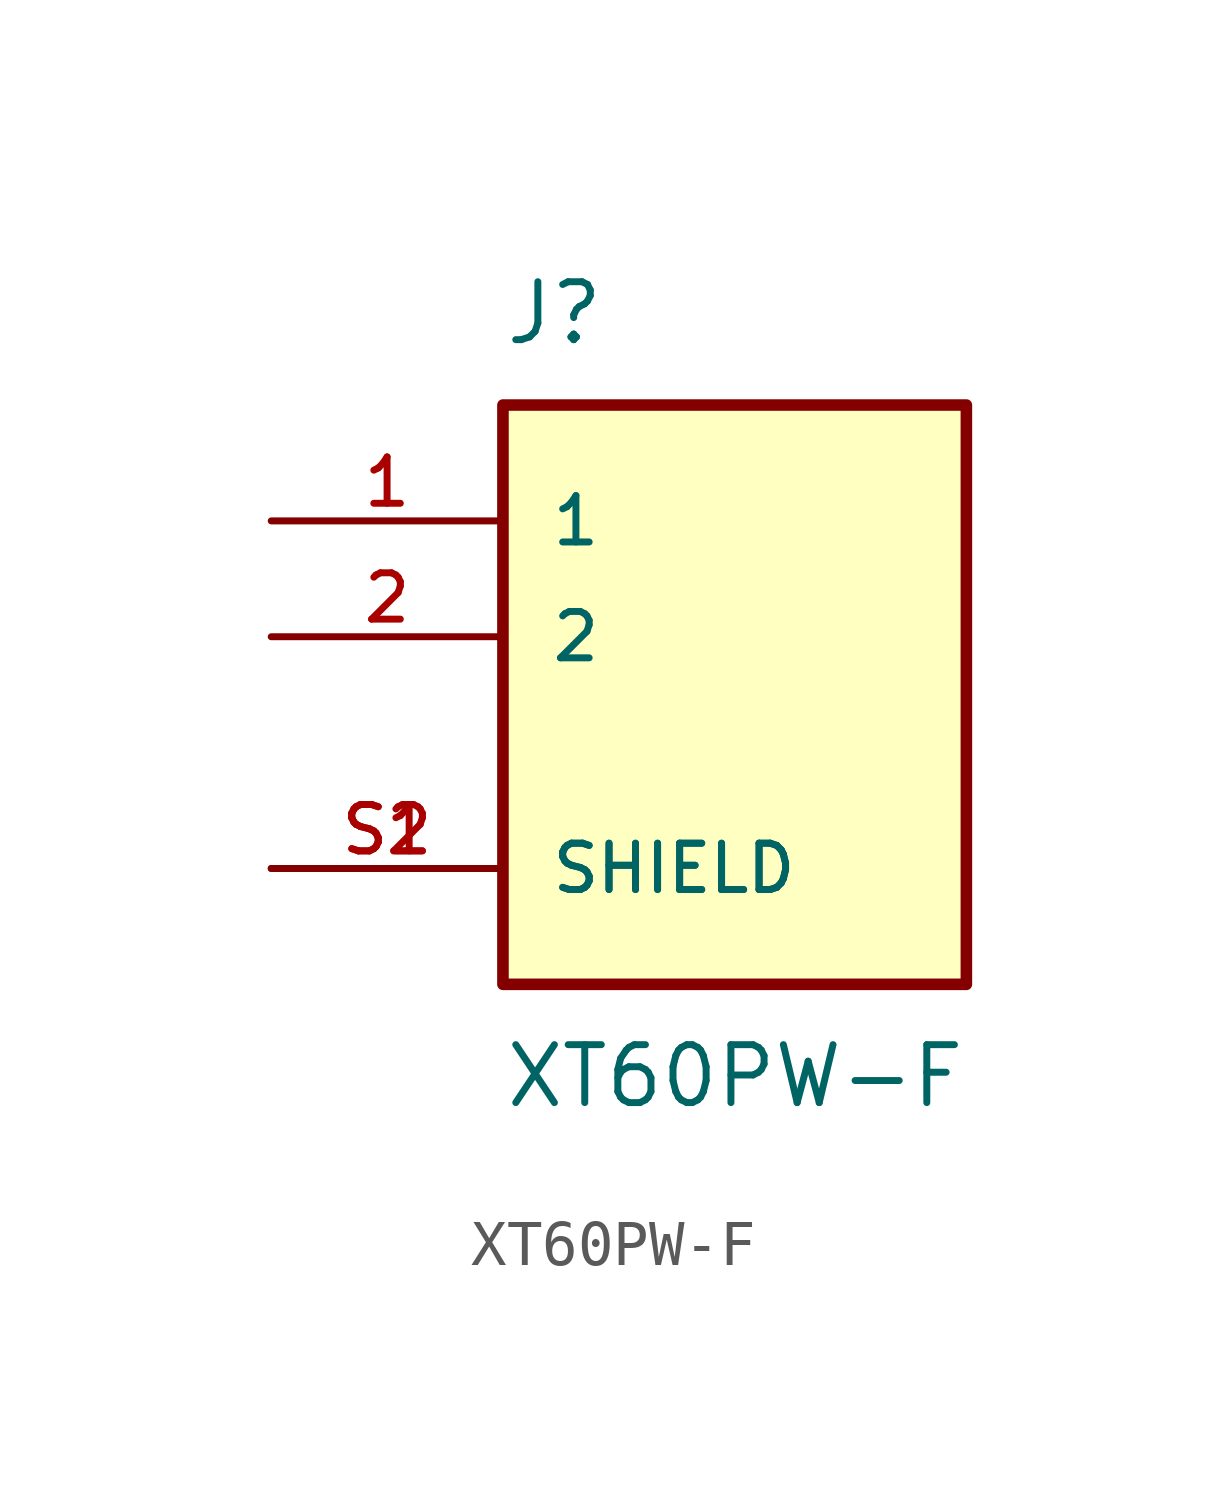
<source format=kicad_sym>
(kicad_symbol_lib
  (version 20211014)
  (generator kicad_symbol_editor)
  (symbol "XT60PW-F"
    (pin_names
      (offset 1.016))
    (property "Reference" "J"
      (at -5.08 6.35 0)
      (effects (font (size 1.27 1.27)) (justify bottom left)))
    (property "Value" "XT60PW-F"
      (at -5.08 -8.89 0)
      (effects (font (size 1.27 1.27)) (justify top left)))
    (symbol "XT60PW-F_0_0"
      (rectangle (start -5.08 -7.62) (end 5.08 5.08) (stroke (width 0.254)) (fill (type background)))
      (pin passive line (at -10.16 2.54 0) (length 5.08) (name "1" (effects (font (size 1.016 1.016)))) (number "1" (effects (font (size 1.016 1.016)))))
      (pin passive line (at -10.16 0.0 0) (length 5.08) (name "2" (effects (font (size 1.016 1.016)))) (number "2" (effects (font (size 1.016 1.016)))))
      (pin passive line (at -10.16 -5.08 0) (length 5.08) (name "SHIELD" (effects (font (size 1.016 1.016)))) (number "S1" (effects (font (size 1.016 1.016)))))
      (pin passive line (at -10.16 -5.08 0) (length 5.08) (name "SHIELD" (effects (font (size 1.016 1.016)))) (number "S2" (effects (font (size 1.016 1.016))))))))
</source>
